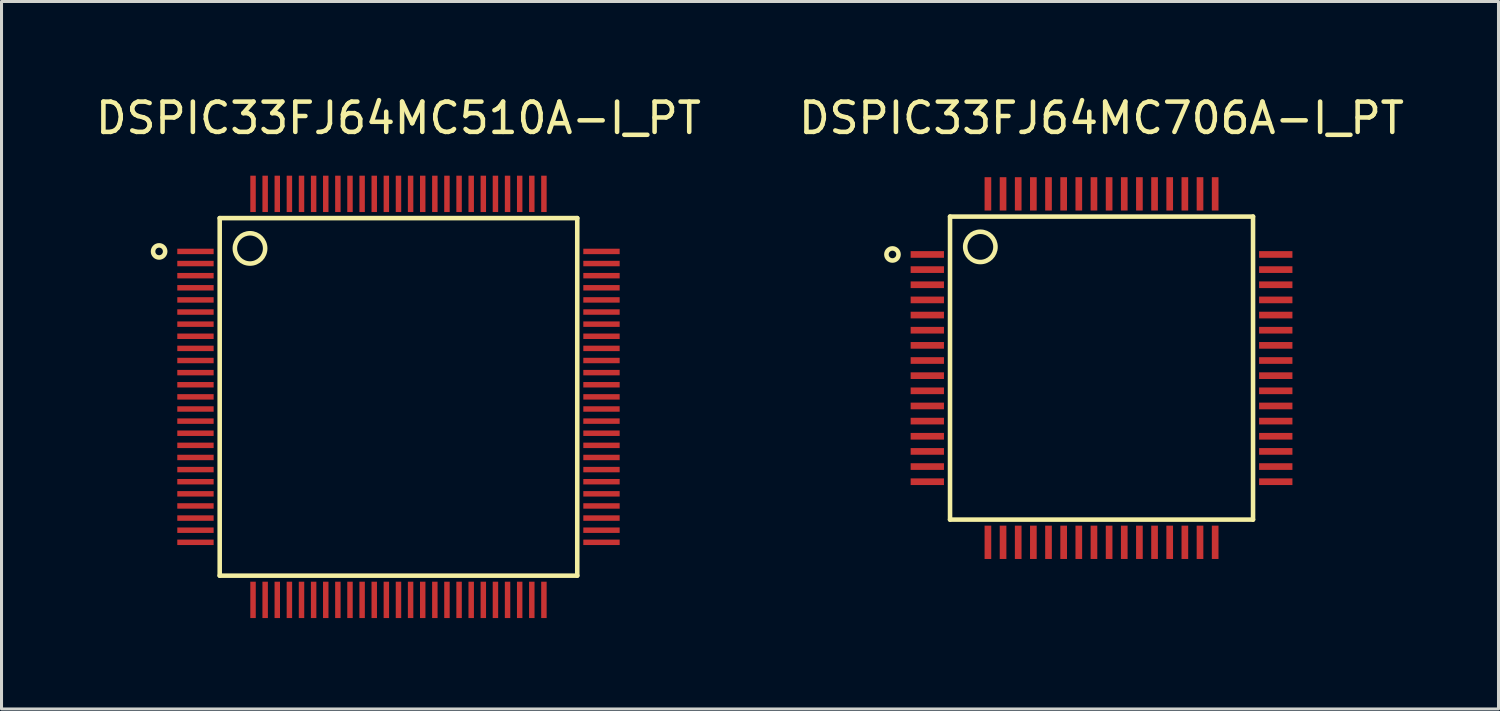
<source format=kicad_pcb>
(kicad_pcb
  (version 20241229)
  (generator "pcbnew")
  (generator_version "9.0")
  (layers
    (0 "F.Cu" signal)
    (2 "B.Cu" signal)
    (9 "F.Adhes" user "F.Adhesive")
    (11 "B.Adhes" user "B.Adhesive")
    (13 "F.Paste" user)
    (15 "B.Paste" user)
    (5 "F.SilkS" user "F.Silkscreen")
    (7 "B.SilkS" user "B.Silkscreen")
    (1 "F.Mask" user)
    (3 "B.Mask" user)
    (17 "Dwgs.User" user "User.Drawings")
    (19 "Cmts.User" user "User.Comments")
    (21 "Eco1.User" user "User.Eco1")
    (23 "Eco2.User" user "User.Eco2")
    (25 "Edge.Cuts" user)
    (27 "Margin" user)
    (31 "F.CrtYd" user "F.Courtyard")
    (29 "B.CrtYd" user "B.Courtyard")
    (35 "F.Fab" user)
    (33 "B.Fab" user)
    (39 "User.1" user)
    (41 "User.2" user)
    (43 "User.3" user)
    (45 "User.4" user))
  (footprint "DSPIC33FJ64MC706A-I_PT"
    (layer "F.Cu")
    (at 27.554 3.348)
    (property "Reference" "DSPIC33FJ64MC706A-I_PT" (at 5.75 -2.5 0) (layer "F.SilkS") (effects (font (size 1 1) (thickness 0.15))))
    (attr through_hole)
    (fp_line (start 0.75 0.75) (end 0.75 10.75) (stroke (width 0.15) (type solid)) (layer "F.SilkS"))
    (fp_line (start 0.75 0.75) (end 10.75 0.75) (stroke (width 0.15) (type solid)) (layer "F.SilkS"))
    (fp_line (start 0.75 10.75) (end 10.75 10.75) (stroke (width 0.15) (type solid)) (layer "F.SilkS"))
    (fp_line (start 10.75 10.75) (end 10.75 0.75) (stroke (width 0.15) (type solid)) (layer "F.SilkS"))
    (fp_circle (center -1.15 2) (end -1.15 1.8) (stroke (width 0.15) (type solid)) (fill no) (layer "F.SilkS"))
    (fp_circle (center 1.75 1.75) (end 1.75 1.25) (stroke (width 0.15) (type solid)) (fill no) (layer "F.SilkS"))
    (pad "1" smd rect (at 0 2) (size 1.1 0.22) (layers "F.Cu" "F.Mask" "F.Paste"))
    (pad "2" smd rect (at 0 2.5) (size 1.1 0.22) (layers "F.Cu" "F.Mask" "F.Paste"))
    (pad "3" smd rect (at 0 3) (size 1.1 0.22) (layers "F.Cu" "F.Mask" "F.Paste"))
    (pad "4" smd rect (at 0 3.5) (size 1.1 0.22) (layers "F.Cu" "F.Mask" "F.Paste"))
    (pad "5" smd rect (at 0 4) (size 1.1 0.22) (layers "F.Cu" "F.Mask" "F.Paste"))
    (pad "6" smd rect (at 0 4.5) (size 1.1 0.22) (layers "F.Cu" "F.Mask" "F.Paste"))
    (pad "7" smd rect (at 0 5) (size 1.1 0.22) (layers "F.Cu" "F.Mask" "F.Paste"))
    (pad "8" smd rect (at 0 5.5) (size 1.1 0.22) (layers "F.Cu" "F.Mask" "F.Paste"))
    (pad "9" smd rect (at 0 6) (size 1.1 0.22) (layers "F.Cu" "F.Mask" "F.Paste"))
    (pad "10" smd rect (at 0 6.5) (size 1.1 0.22) (layers "F.Cu" "F.Mask" "F.Paste"))
    (pad "11" smd rect (at 0 7) (size 1.1 0.22) (layers "F.Cu" "F.Mask" "F.Paste"))
    (pad "12" smd rect (at 0 7.5) (size 1.1 0.22) (layers "F.Cu" "F.Mask" "F.Paste"))
    (pad "13" smd rect (at 0 8) (size 1.1 0.22) (layers "F.Cu" "F.Mask" "F.Paste"))
    (pad "14" smd rect (at 0 8.5) (size 1.1 0.22) (layers "F.Cu" "F.Mask" "F.Paste"))
    (pad "15" smd rect (at 0 9) (size 1.1 0.22) (layers "F.Cu" "F.Mask" "F.Paste"))
    (pad "16" smd rect (at 0 9.5) (size 1.1 0.22) (layers "F.Cu" "F.Mask" "F.Paste"))
    (pad "17" smd rect (at 2 11.5) (size 0.22 1.1) (layers "F.Cu" "F.Mask" "F.Paste"))
    (pad "18" smd rect (at 2.5 11.5) (size 0.22 1.1) (layers "F.Cu" "F.Mask" "F.Paste"))
    (pad "19" smd rect (at 3 11.5) (size 0.22 1.1) (layers "F.Cu" "F.Mask" "F.Paste"))
    (pad "20" smd rect (at 3.5 11.5) (size 0.22 1.1) (layers "F.Cu" "F.Mask" "F.Paste"))
    (pad "21" smd rect (at 4 11.5) (size 0.22 1.1) (layers "F.Cu" "F.Mask" "F.Paste"))
    (pad "22" smd rect (at 4.5 11.5) (size 0.22 1.1) (layers "F.Cu" "F.Mask" "F.Paste"))
    (pad "23" smd rect (at 5 11.5) (size 0.22 1.1) (layers "F.Cu" "F.Mask" "F.Paste"))
    (pad "24" smd rect (at 5.5 11.5) (size 0.22 1.1) (layers "F.Cu" "F.Mask" "F.Paste"))
    (pad "25" smd rect (at 6 11.5) (size 0.22 1.1) (layers "F.Cu" "F.Mask" "F.Paste"))
    (pad "26" smd rect (at 6.5 11.5) (size 0.22 1.1) (layers "F.Cu" "F.Mask" "F.Paste"))
    (pad "27" smd rect (at 7 11.5) (size 0.22 1.1) (layers "F.Cu" "F.Mask" "F.Paste"))
    (pad "28" smd rect (at 7.5 11.5) (size 0.22 1.1) (layers "F.Cu" "F.Mask" "F.Paste"))
    (pad "29" smd rect (at 8 11.5) (size 0.22 1.1) (layers "F.Cu" "F.Mask" "F.Paste"))
    (pad "30" smd rect (at 8.5 11.5) (size 0.22 1.1) (layers "F.Cu" "F.Mask" "F.Paste"))
    (pad "31" smd rect (at 9 11.5) (size 0.22 1.1) (layers "F.Cu" "F.Mask" "F.Paste"))
    (pad "32" smd rect (at 9.5 11.5) (size 0.22 1.1) (layers "F.Cu" "F.Mask" "F.Paste"))
    (pad "33" smd rect (at 11.5 9.5) (size 1.1 0.22) (layers "F.Cu" "F.Mask" "F.Paste"))
    (pad "34" smd rect (at 11.5 9) (size 1.1 0.22) (layers "F.Cu" "F.Mask" "F.Paste"))
    (pad "35" smd rect (at 11.5 8.5) (size 1.1 0.22) (layers "F.Cu" "F.Mask" "F.Paste"))
    (pad "36" smd rect (at 11.5 8) (size 1.1 0.22) (layers "F.Cu" "F.Mask" "F.Paste"))
    (pad "37" smd rect (at 11.5 7.5) (size 1.1 0.22) (layers "F.Cu" "F.Mask" "F.Paste"))
    (pad "38" smd rect (at 11.5 7) (size 1.1 0.22) (layers "F.Cu" "F.Mask" "F.Paste"))
    (pad "39" smd rect (at 11.5 6.5) (size 1.1 0.22) (layers "F.Cu" "F.Mask" "F.Paste"))
    (pad "40" smd rect (at 11.5 6) (size 1.1 0.22) (layers "F.Cu" "F.Mask" "F.Paste"))
    (pad "41" smd rect (at 11.5 5.5) (size 1.1 0.22) (layers "F.Cu" "F.Mask" "F.Paste"))
    (pad "42" smd rect (at 11.5 5) (size 1.1 0.22) (layers "F.Cu" "F.Mask" "F.Paste"))
    (pad "43" smd rect (at 11.5 4.5) (size 1.1 0.22) (layers "F.Cu" "F.Mask" "F.Paste"))
    (pad "44" smd rect (at 11.5 4) (size 1.1 0.22) (layers "F.Cu" "F.Mask" "F.Paste"))
    (pad "45" smd rect (at 11.5 3.5) (size 1.1 0.22) (layers "F.Cu" "F.Mask" "F.Paste"))
    (pad "46" smd rect (at 11.5 3) (size 1.1 0.22) (layers "F.Cu" "F.Mask" "F.Paste"))
    (pad "47" smd rect (at 11.5 2.5) (size 1.1 0.22) (layers "F.Cu" "F.Mask" "F.Paste"))
    (pad "48" smd rect (at 11.5 2) (size 1.1 0.22) (layers "F.Cu" "F.Mask" "F.Paste"))
    (pad "49" smd rect (at 9.5 0) (size 0.22 1.1) (layers "F.Cu" "F.Mask" "F.Paste"))
    (pad "50" smd rect (at 9 0) (size 0.22 1.1) (layers "F.Cu" "F.Mask" "F.Paste"))
    (pad "51" smd rect (at 8.5 0) (size 0.22 1.1) (layers "F.Cu" "F.Mask" "F.Paste"))
    (pad "52" smd rect (at 8 0) (size 0.22 1.1) (layers "F.Cu" "F.Mask" "F.Paste"))
    (pad "53" smd rect (at 7.5 0) (size 0.22 1.1) (layers "F.Cu" "F.Mask" "F.Paste"))
    (pad "54" smd rect (at 7 0) (size 0.22 1.1) (layers "F.Cu" "F.Mask" "F.Paste"))
    (pad "55" smd rect (at 6.5 0) (size 0.22 1.1) (layers "F.Cu" "F.Mask" "F.Paste"))
    (pad "56" smd rect (at 6 0) (size 0.22 1.1) (layers "F.Cu" "F.Mask" "F.Paste"))
    (pad "57" smd rect (at 5.5 0) (size 0.22 1.1) (layers "F.Cu" "F.Mask" "F.Paste"))
    (pad "58" smd rect (at 5 0) (size 0.22 1.1) (layers "F.Cu" "F.Mask" "F.Paste"))
    (pad "59" smd rect (at 4.5 0) (size 0.22 1.1) (layers "F.Cu" "F.Mask" "F.Paste"))
    (pad "60" smd rect (at 4 0) (size 0.22 1.1) (layers "F.Cu" "F.Mask" "F.Paste"))
    (pad "61" smd rect (at 3.5 0) (size 0.22 1.1) (layers "F.Cu" "F.Mask" "F.Paste"))
    (pad "62" smd rect (at 3 0) (size 0.22 1.1) (layers "F.Cu" "F.Mask" "F.Paste"))
    (pad "63" smd rect (at 2.5 0) (size 0.22 1.1) (layers "F.Cu" "F.Mask" "F.Paste"))
    (pad "64" smd rect (at 2 0) (size 0.22 1.1) (layers "F.Cu" "F.Mask" "F.Paste")))
  (footprint "DSPIC33FJ64MC510A-I_PT"
    (layer "F.Cu")
    (at 3.401 3.348)
    (property "Reference" "DSPIC33FJ64MC510A-I_PT" (at 6.7 -2.5 0) (layer "F.SilkS") (effects (font (size 1 1) (thickness 0.15))))
    (attr through_hole)
    (fp_line (start 0.8 0.8) (end 0.8 12.6) (stroke (width 0.15) (type solid)) (layer "F.SilkS"))
    (fp_line (start 0.8 0.8) (end 12.6 0.8) (stroke (width 0.15) (type solid)) (layer "F.SilkS"))
    (fp_line (start 0.8 12.6) (end 12.6 12.6) (stroke (width 0.15) (type solid)) (layer "F.SilkS"))
    (fp_line (start 12.6 12.6) (end 12.6 0.8) (stroke (width 0.15) (type solid)) (layer "F.SilkS"))
    (fp_circle (center -1.2 1.9) (end -1.2 1.7) (stroke (width 0.15) (type solid)) (fill no) (layer "F.SilkS"))
    (fp_circle (center 1.8 1.8) (end 1.8 1.3) (stroke (width 0.15) (type solid)) (fill no) (layer "F.SilkS"))
    (pad "1" smd rect (at 0 1.9) (size 1.2 0.18) (layers "F.Cu" "F.Mask" "F.Paste"))
    (pad "2" smd rect (at 0 2.3) (size 1.2 0.18) (layers "F.Cu" "F.Mask" "F.Paste"))
    (pad "3" smd rect (at 0 2.7) (size 1.2 0.18) (layers "F.Cu" "F.Mask" "F.Paste"))
    (pad "4" smd rect (at 0 3.1) (size 1.2 0.18) (layers "F.Cu" "F.Mask" "F.Paste"))
    (pad "5" smd rect (at 0 3.5) (size 1.2 0.18) (layers "F.Cu" "F.Mask" "F.Paste"))
    (pad "6" smd rect (at 0 3.9) (size 1.2 0.18) (layers "F.Cu" "F.Mask" "F.Paste"))
    (pad "7" smd rect (at 0 4.3) (size 1.2 0.18) (layers "F.Cu" "F.Mask" "F.Paste"))
    (pad "8" smd rect (at 0 4.7) (size 1.2 0.18) (layers "F.Cu" "F.Mask" "F.Paste"))
    (pad "9" smd rect (at 0 5.1) (size 1.2 0.18) (layers "F.Cu" "F.Mask" "F.Paste"))
    (pad "10" smd rect (at 0 5.5) (size 1.2 0.18) (layers "F.Cu" "F.Mask" "F.Paste"))
    (pad "11" smd rect (at 0 5.9) (size 1.2 0.18) (layers "F.Cu" "F.Mask" "F.Paste"))
    (pad "12" smd rect (at 0 6.3) (size 1.2 0.18) (layers "F.Cu" "F.Mask" "F.Paste"))
    (pad "13" smd rect (at 0 6.7) (size 1.2 0.18) (layers "F.Cu" "F.Mask" "F.Paste"))
    (pad "14" smd rect (at 0 7.1) (size 1.2 0.18) (layers "F.Cu" "F.Mask" "F.Paste"))
    (pad "15" smd rect (at 0 7.5) (size 1.2 0.18) (layers "F.Cu" "F.Mask" "F.Paste"))
    (pad "16" smd rect (at 0 7.9) (size 1.2 0.18) (layers "F.Cu" "F.Mask" "F.Paste"))
    (pad "17" smd rect (at 0 8.3) (size 1.2 0.18) (layers "F.Cu" "F.Mask" "F.Paste"))
    (pad "18" smd rect (at 0 8.7) (size 1.2 0.18) (layers "F.Cu" "F.Mask" "F.Paste"))
    (pad "19" smd rect (at 0 9.1) (size 1.2 0.18) (layers "F.Cu" "F.Mask" "F.Paste"))
    (pad "20" smd rect (at 0 9.5) (size 1.2 0.18) (layers "F.Cu" "F.Mask" "F.Paste"))
    (pad "21" smd rect (at 0 9.9) (size 1.2 0.18) (layers "F.Cu" "F.Mask" "F.Paste"))
    (pad "22" smd rect (at 0 10.3) (size 1.2 0.18) (layers "F.Cu" "F.Mask" "F.Paste"))
    (pad "23" smd rect (at 0 10.7) (size 1.2 0.18) (layers "F.Cu" "F.Mask" "F.Paste"))
    (pad "24" smd rect (at 0 11.1) (size 1.2 0.18) (layers "F.Cu" "F.Mask" "F.Paste"))
    (pad "25" smd rect (at 0 11.5) (size 1.2 0.18) (layers "F.Cu" "F.Mask" "F.Paste"))
    (pad "26" smd rect (at 1.9 13.4) (size 0.18 1.2) (layers "F.Cu" "F.Mask" "F.Paste"))
    (pad "27" smd rect (at 2.3 13.4) (size 0.18 1.2) (layers "F.Cu" "F.Mask" "F.Paste"))
    (pad "28" smd rect (at 2.7 13.4) (size 0.18 1.2) (layers "F.Cu" "F.Mask" "F.Paste"))
    (pad "29" smd rect (at 3.1 13.4) (size 0.18 1.2) (layers "F.Cu" "F.Mask" "F.Paste"))
    (pad "30" smd rect (at 3.5 13.4) (size 0.18 1.2) (layers "F.Cu" "F.Mask" "F.Paste"))
    (pad "31" smd rect (at 3.9 13.4) (size 0.18 1.2) (layers "F.Cu" "F.Mask" "F.Paste"))
    (pad "32" smd rect (at 4.3 13.4) (size 0.18 1.2) (layers "F.Cu" "F.Mask" "F.Paste"))
    (pad "33" smd rect (at 4.7 13.4) (size 0.18 1.2) (layers "F.Cu" "F.Mask" "F.Paste"))
    (pad "34" smd rect (at 5.1 13.4) (size 0.18 1.2) (layers "F.Cu" "F.Mask" "F.Paste"))
    (pad "35" smd rect (at 5.5 13.4) (size 0.18 1.2) (layers "F.Cu" "F.Mask" "F.Paste"))
    (pad "36" smd rect (at 5.9 13.4) (size 0.18 1.2) (layers "F.Cu" "F.Mask" "F.Paste"))
    (pad "37" smd rect (at 6.3 13.4) (size 0.18 1.2) (layers "F.Cu" "F.Mask" "F.Paste"))
    (pad "38" smd rect (at 6.7 13.4) (size 0.18 1.2) (layers "F.Cu" "F.Mask" "F.Paste"))
    (pad "39" smd rect (at 7.1 13.4) (size 0.18 1.2) (layers "F.Cu" "F.Mask" "F.Paste"))
    (pad "40" smd rect (at 7.5 13.4) (size 0.18 1.2) (layers "F.Cu" "F.Mask" "F.Paste"))
    (pad "41" smd rect (at 7.9 13.4) (size 0.18 1.2) (layers "F.Cu" "F.Mask" "F.Paste"))
    (pad "42" smd rect (at 8.3 13.4) (size 0.18 1.2) (layers "F.Cu" "F.Mask" "F.Paste"))
    (pad "43" smd rect (at 8.7 13.4) (size 0.18 1.2) (layers "F.Cu" "F.Mask" "F.Paste"))
    (pad "44" smd rect (at 9.1 13.4) (size 0.18 1.2) (layers "F.Cu" "F.Mask" "F.Paste"))
    (pad "45" smd rect (at 9.5 13.4) (size 0.18 1.2) (layers "F.Cu" "F.Mask" "F.Paste"))
    (pad "46" smd rect (at 9.9 13.4) (size 0.18 1.2) (layers "F.Cu" "F.Mask" "F.Paste"))
    (pad "47" smd rect (at 10.3 13.4) (size 0.18 1.2) (layers "F.Cu" "F.Mask" "F.Paste"))
    (pad "48" smd rect (at 10.7 13.4) (size 0.18 1.2) (layers "F.Cu" "F.Mask" "F.Paste"))
    (pad "49" smd rect (at 11.1 13.4) (size 0.18 1.2) (layers "F.Cu" "F.Mask" "F.Paste"))
    (pad "50" smd rect (at 11.5 13.4) (size 0.18 1.2) (layers "F.Cu" "F.Mask" "F.Paste"))
    (pad "51" smd rect (at 13.4 11.5) (size 1.2 0.18) (layers "F.Cu" "F.Mask" "F.Paste"))
    (pad "52" smd rect (at 13.4 11.1) (size 1.2 0.18) (layers "F.Cu" "F.Mask" "F.Paste"))
    (pad "53" smd rect (at 13.4 10.7) (size 1.2 0.18) (layers "F.Cu" "F.Mask" "F.Paste"))
    (pad "54" smd rect (at 13.4 10.3) (size 1.2 0.18) (layers "F.Cu" "F.Mask" "F.Paste"))
    (pad "55" smd rect (at 13.4 9.9) (size 1.2 0.18) (layers "F.Cu" "F.Mask" "F.Paste"))
    (pad "56" smd rect (at 13.4 9.5) (size 1.2 0.18) (layers "F.Cu" "F.Mask" "F.Paste"))
    (pad "57" smd rect (at 13.4 9.1) (size 1.2 0.18) (layers "F.Cu" "F.Mask" "F.Paste"))
    (pad "58" smd rect (at 13.4 8.7) (size 1.2 0.18) (layers "F.Cu" "F.Mask" "F.Paste"))
    (pad "59" smd rect (at 13.4 8.3) (size 1.2 0.18) (layers "F.Cu" "F.Mask" "F.Paste"))
    (pad "60" smd rect (at 13.4 7.9) (size 1.2 0.18) (layers "F.Cu" "F.Mask" "F.Paste"))
    (pad "61" smd rect (at 13.4 7.5) (size 1.2 0.18) (layers "F.Cu" "F.Mask" "F.Paste"))
    (pad "62" smd rect (at 13.4 7.1) (size 1.2 0.18) (layers "F.Cu" "F.Mask" "F.Paste"))
    (pad "63" smd rect (at 13.4 6.7) (size 1.2 0.18) (layers "F.Cu" "F.Mask" "F.Paste"))
    (pad "64" smd rect (at 13.4 6.3) (size 1.2 0.18) (layers "F.Cu" "F.Mask" "F.Paste"))
    (pad "65" smd rect (at 13.4 5.9) (size 1.2 0.18) (layers "F.Cu" "F.Mask" "F.Paste"))
    (pad "66" smd rect (at 13.4 5.5) (size 1.2 0.18) (layers "F.Cu" "F.Mask" "F.Paste"))
    (pad "67" smd rect (at 13.4 5.1) (size 1.2 0.18) (layers "F.Cu" "F.Mask" "F.Paste"))
    (pad "68" smd rect (at 13.4 4.7) (size 1.2 0.18) (layers "F.Cu" "F.Mask" "F.Paste"))
    (pad "69" smd rect (at 13.4 4.3) (size 1.2 0.18) (layers "F.Cu" "F.Mask" "F.Paste"))
    (pad "70" smd rect (at 13.4 3.9) (size 1.2 0.18) (layers "F.Cu" "F.Mask" "F.Paste"))
    (pad "71" smd rect (at 13.4 3.5) (size 1.2 0.18) (layers "F.Cu" "F.Mask" "F.Paste"))
    (pad "72" smd rect (at 13.4 3.1) (size 1.2 0.18) (layers "F.Cu" "F.Mask" "F.Paste"))
    (pad "73" smd rect (at 13.4 2.7) (size 1.2 0.18) (layers "F.Cu" "F.Mask" "F.Paste"))
    (pad "74" smd rect (at 13.4 2.3) (size 1.2 0.18) (layers "F.Cu" "F.Mask" "F.Paste"))
    (pad "75" smd rect (at 13.4 1.9) (size 1.2 0.18) (layers "F.Cu" "F.Mask" "F.Paste"))
    (pad "76" smd rect (at 11.5 0) (size 0.18 1.2) (layers "F.Cu" "F.Mask" "F.Paste"))
    (pad "77" smd rect (at 11.1 0) (size 0.18 1.2) (layers "F.Cu" "F.Mask" "F.Paste"))
    (pad "78" smd rect (at 10.7 0) (size 0.18 1.2) (layers "F.Cu" "F.Mask" "F.Paste"))
    (pad "79" smd rect (at 10.3 0) (size 0.18 1.2) (layers "F.Cu" "F.Mask" "F.Paste"))
    (pad "80" smd rect (at 9.9 0) (size 0.18 1.2) (layers "F.Cu" "F.Mask" "F.Paste"))
    (pad "81" smd rect (at 9.5 0) (size 0.18 1.2) (layers "F.Cu" "F.Mask" "F.Paste"))
    (pad "82" smd rect (at 9.1 0) (size 0.18 1.2) (layers "F.Cu" "F.Mask" "F.Paste"))
    (pad "83" smd rect (at 8.7 0) (size 0.18 1.2) (layers "F.Cu" "F.Mask" "F.Paste"))
    (pad "84" smd rect (at 8.3 0) (size 0.18 1.2) (layers "F.Cu" "F.Mask" "F.Paste"))
    (pad "85" smd rect (at 7.9 0) (size 0.18 1.2) (layers "F.Cu" "F.Mask" "F.Paste"))
    (pad "86" smd rect (at 7.5 0) (size 0.18 1.2) (layers "F.Cu" "F.Mask" "F.Paste"))
    (pad "87" smd rect (at 7.1 0) (size 0.18 1.2) (layers "F.Cu" "F.Mask" "F.Paste"))
    (pad "88" smd rect (at 6.7 0) (size 0.18 1.2) (layers "F.Cu" "F.Mask" "F.Paste"))
    (pad "89" smd rect (at 6.3 0) (size 0.18 1.2) (layers "F.Cu" "F.Mask" "F.Paste"))
    (pad "90" smd rect (at 5.9 0) (size 0.18 1.2) (layers "F.Cu" "F.Mask" "F.Paste"))
    (pad "91" smd rect (at 5.5 0) (size 0.18 1.2) (layers "F.Cu" "F.Mask" "F.Paste"))
    (pad "92" smd rect (at 5.1 0) (size 0.18 1.2) (layers "F.Cu" "F.Mask" "F.Paste"))
    (pad "93" smd rect (at 4.7 0) (size 0.18 1.2) (layers "F.Cu" "F.Mask" "F.Paste"))
    (pad "94" smd rect (at 4.3 0) (size 0.18 1.2) (layers "F.Cu" "F.Mask" "F.Paste"))
    (pad "95" smd rect (at 3.9 0) (size 0.18 1.2) (layers "F.Cu" "F.Mask" "F.Paste"))
    (pad "96" smd rect (at 3.5 0) (size 0.18 1.2) (layers "F.Cu" "F.Mask" "F.Paste"))
    (pad "97" smd rect (at 3.1 0) (size 0.18 1.2) (layers "F.Cu" "F.Mask" "F.Paste"))
    (pad "98" smd rect (at 2.7 0) (size 0.18 1.2) (layers "F.Cu" "F.Mask" "F.Paste"))
    (pad "99" smd rect (at 2.3 0) (size 0.18 1.2) (layers "F.Cu" "F.Mask" "F.Paste"))
    (pad "100" smd rect (at 1.9 0) (size 0.18 1.2) (layers "F.Cu" "F.Mask" "F.Paste")))
  (gr_rect
    (start -3 -3)
    (end 46.405 20.348)
    (stroke (width 0.1) (type default))
    (fill no)
    (layer "Edge.Cuts")))
</source>
